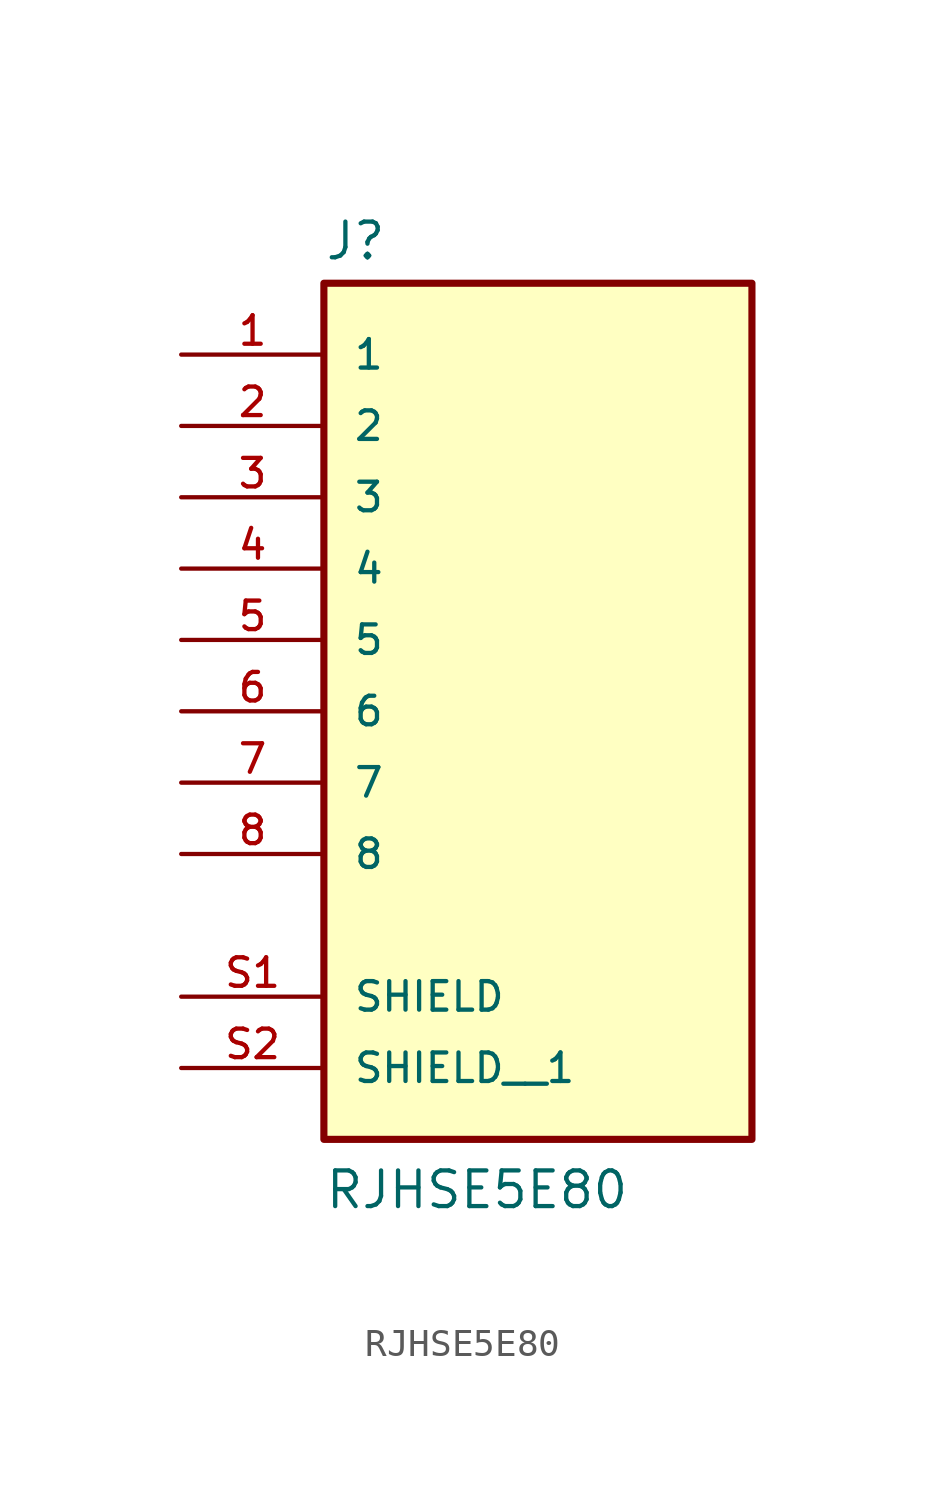
<source format=kicad_sym>
(kicad_symbol_lib
  (version 20231120)
  (generator "kicad_symbol_editor")
  (generator_version "8.0")
  (symbol "RJHSE5E80"
    (pin_names
      (offset 1.016))
    (property "Reference" "J"
      (at -7.62 13.462 0)
      (effects (font (size 1.27 1.27)) (justify left bottom)))
    (property "Value" "RJHSE5E80"
      (at -7.62 -20.32 0)
      (effects (font (size 1.27 1.27)) (justify left bottom)))
    (symbol "RJHSE5E80_0_0"
      (rectangle (start -7.62 -17.78) (end 7.62 12.7) (stroke (width 0.254) (type default)) (fill (type background)))
      (pin passive line (at -12.7 10.16 0) (length 5.08) (name "1" (effects (font (size 1.016 1.016)))) (number "1" (effects (font (size 1.016 1.016)))))
      (pin passive line (at -12.7 7.62 0) (length 5.08) (name "2" (effects (font (size 1.016 1.016)))) (number "2" (effects (font (size 1.016 1.016)))))
      (pin passive line (at -12.7 5.08 0) (length 5.08) (name "3" (effects (font (size 1.016 1.016)))) (number "3" (effects (font (size 1.016 1.016)))))
      (pin passive line (at -12.7 2.54 0) (length 5.08) (name "4" (effects (font (size 1.016 1.016)))) (number "4" (effects (font (size 1.016 1.016)))))
      (pin passive line (at -12.7 0 0) (length 5.08) (name "5" (effects (font (size 1.016 1.016)))) (number "5" (effects (font (size 1.016 1.016)))))
      (pin passive line (at -12.7 -2.54 0) (length 5.08) (name "6" (effects (font (size 1.016 1.016)))) (number "6" (effects (font (size 1.016 1.016)))))
      (pin passive line (at -12.7 -5.08 0) (length 5.08) (name "7" (effects (font (size 1.016 1.016)))) (number "7" (effects (font (size 1.016 1.016)))))
      (pin passive line (at -12.7 -7.62 0) (length 5.08) (name "8" (effects (font (size 1.016 1.016)))) (number "8" (effects (font (size 1.016 1.016)))))
      (pin passive line (at -12.7 -12.7 0) (length 5.08) (name "SHIELD" (effects (font (size 1.016 1.016)))) (number "S1" (effects (font (size 1.016 1.016)))))
      (pin passive line (at -12.7 -15.24 0) (length 5.08) (name "SHIELD__1" (effects (font (size 1.016 1.016)))) (number "S2" (effects (font (size 1.016 1.016))))))))
</source>
